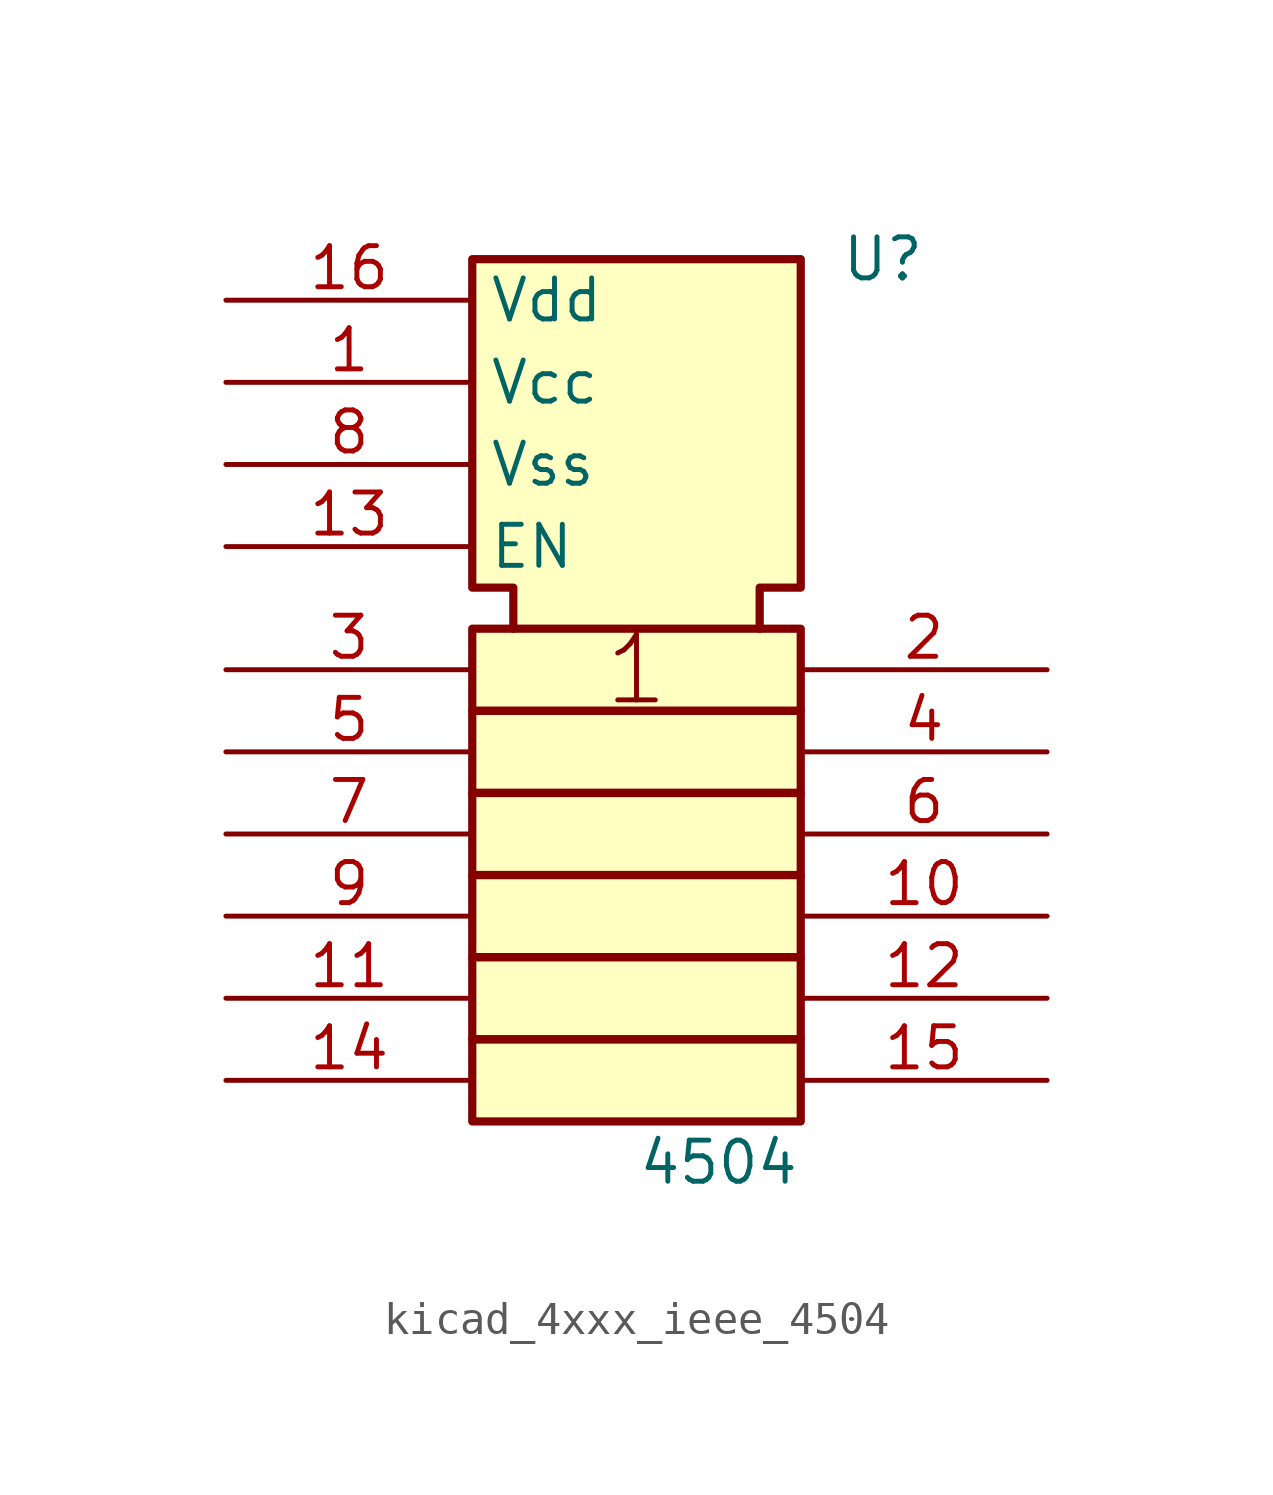
<source format=kicad_sym>
(kicad_symbol_lib
  (version 20220914)
  (generator kicad_symbol_editor)
  (symbol "kicad_4xxx_ieee_4504"
    (property "Reference" "U"
      (at 7.62 12.7 0)
      (effects (font (size 1.27 1.27))))
    (property "Value" "4504"
      (at 2.54 -15.24 0)
      (effects (font (size 1.27 1.27))))
    (symbol "kicad_4xxx_ieee_4504_0_0"
      (rectangle (start -5.08 -11.43) (end 5.08 -13.97) (stroke (width 0.254) (type default)) (fill (type background)))
      (rectangle (start -5.08 -8.89) (end 5.08 -11.43) (stroke (width 0.254) (type default)) (fill (type background)))
      (rectangle (start -5.08 -6.35) (end 5.08 -8.89) (stroke (width 0.254) (type default)) (fill (type background)))
      (rectangle (start -5.08 -3.81) (end 5.08 -6.35) (stroke (width 0.254) (type default)) (fill (type background)))
      (rectangle (start -5.08 -1.27) (end 5.08 -3.81) (stroke (width 0.254) (type default)) (fill (type background)))
      (rectangle (start -5.08 1.27) (end 5.08 -1.27) (stroke (width 0.254) (type default)) (fill (type background)))
      (polyline (pts (xy -3.81 1.27) (xy -3.81 2.54) (xy -5.08 2.54) (xy -5.08 12.7) (xy 5.08 12.7) (xy 5.08 2.54) (xy 3.81 2.54) (xy 3.81 1.27) (xy 3.81 1.27)) (stroke (width 0.254) (type default)) (fill (type background)))
      (text "1" (at 0 0 0) (effects (font (size 2.032 2.032)))))
    (symbol "kicad_4xxx_ieee_4504_1_1"
      (pin power_in line (at -12.7 8.89 0) (length 7.62) (name "Vcc" (effects (font (size 1.27 1.27)))) (number "1" (effects (font (size 1.27 1.27)))))
      (pin output line (at 12.7 -7.62 180) (length 7.62) (name "~" (effects (font (size 1.27 1.27)))) (number "10" (effects (font (size 1.27 1.27)))))
      (pin input line (at -12.7 -10.16 0) (length 7.62) (name "~" (effects (font (size 1.27 1.27)))) (number "11" (effects (font (size 1.27 1.27)))))
      (pin output line (at 12.7 -10.16 180) (length 7.62) (name "~" (effects (font (size 1.27 1.27)))) (number "12" (effects (font (size 1.27 1.27)))))
      (pin input line (at -12.7 3.81 0) (length 7.62) (name "EN" (effects (font (size 1.27 1.27)))) (number "13" (effects (font (size 1.27 1.27)))))
      (pin input line (at -12.7 -12.7 0) (length 7.62) (name "~" (effects (font (size 1.27 1.27)))) (number "14" (effects (font (size 1.27 1.27)))))
      (pin output line (at 12.7 -12.7 180) (length 7.62) (name "~" (effects (font (size 1.27 1.27)))) (number "15" (effects (font (size 1.27 1.27)))))
      (pin power_in line (at -12.7 11.43 0) (length 7.62) (name "Vdd" (effects (font (size 1.27 1.27)))) (number "16" (effects (font (size 1.27 1.27)))))
      (pin output line (at 12.7 0 180) (length 7.62) (name "~" (effects (font (size 1.27 1.27)))) (number "2" (effects (font (size 1.27 1.27)))))
      (pin input line (at -12.7 0 0) (length 7.62) (name "~" (effects (font (size 1.27 1.27)))) (number "3" (effects (font (size 1.27 1.27)))))
      (pin output line (at 12.7 -2.54 180) (length 7.62) (name "~" (effects (font (size 1.27 1.27)))) (number "4" (effects (font (size 1.27 1.27)))))
      (pin input line (at -12.7 -2.54 0) (length 7.62) (name "~" (effects (font (size 1.27 1.27)))) (number "5" (effects (font (size 1.27 1.27)))))
      (pin output line (at 12.7 -5.08 180) (length 7.62) (name "~" (effects (font (size 1.27 1.27)))) (number "6" (effects (font (size 1.27 1.27)))))
      (pin input line (at -12.7 -5.08 0) (length 7.62) (name "~" (effects (font (size 1.27 1.27)))) (number "7" (effects (font (size 1.27 1.27)))))
      (pin power_in line (at -12.7 6.35 0) (length 7.62) (name "Vss" (effects (font (size 1.27 1.27)))) (number "8" (effects (font (size 1.27 1.27)))))
      (pin input line (at -12.7 -7.62 0) (length 7.62) (name "~" (effects (font (size 1.27 1.27)))) (number "9" (effects (font (size 1.27 1.27))))))))
</source>
